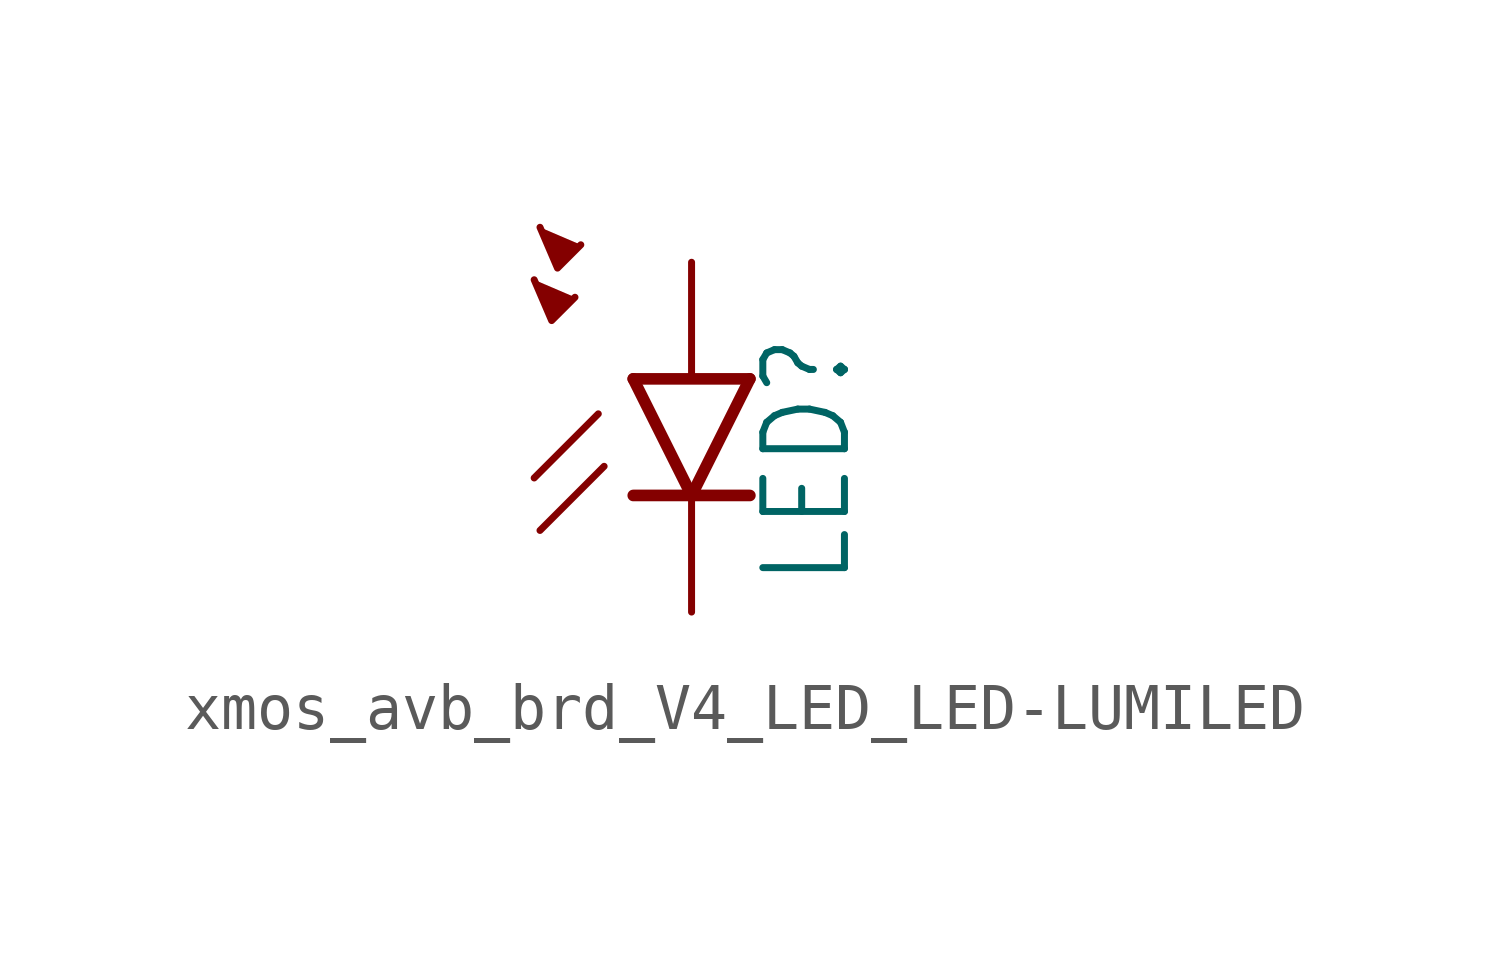
<source format=kicad_sym>
(kicad_symbol_lib
  (version 20241209)
  (generator "kicad_symbol_editor")
  (generator_version "9.0")
  (symbol "xmos_avb_brd_V4_LED_LED-LUMILED"
    (property "Reference" "LED"
      (at 3.556 -4.572 90)
      (effects (font (size 1.778 1.511)) (justify left bottom)))
    (property "Value" ""
      (at 5.715 -4.572 90)
      (effects (font (size 1.778 1.511)) (justify left bottom)))
    (property "ki_locked" ""
      (at 0 0 0)
      (effects (font (size 1.27 1.27))))
    (symbol "xmos_avb_brd_V4_LED_LED-LUMILED_1_0"
      (polyline (pts (xy -3.429 2.159) (xy -3.048 1.27) (xy -2.54 1.778)) (stroke (width 0.152) (type solid)) (fill (type outline)))
      (polyline (pts (xy -3.302 3.302) (xy -2.921 2.413) (xy -2.413 2.921)) (stroke (width 0.152) (type solid)) (fill (type outline)))
      (polyline (pts (xy -2.032 -0.762) (xy -3.429 -2.159)) (stroke (width 0.152) (type solid)) (fill (type none)))
      (polyline (pts (xy -1.905 -1.905) (xy -3.302 -3.302)) (stroke (width 0.152) (type solid)) (fill (type none)))
      (polyline (pts (xy 0 -2.54) (xy -1.27 0)) (stroke (width 0.254) (type solid)) (fill (type none)))
      (polyline (pts (xy 0 -2.54) (xy -1.27 -2.54)) (stroke (width 0.254) (type solid)) (fill (type none)))
      (polyline (pts (xy 1.27 0) (xy -1.27 0)) (stroke (width 0.254) (type solid)) (fill (type none)))
      (polyline (pts (xy 1.27 0) (xy 0 -2.54)) (stroke (width 0.254) (type solid)) (fill (type none)))
      (polyline (pts (xy 1.27 -2.54) (xy 0 -2.54)) (stroke (width 0.254) (type solid)) (fill (type none)))
      (pin passive line (at 0 2.54 270) (length 2.54) (name "A" (effects (font (size 0 0)))) (number "2+" (effects (font (size 0 0)))))
      (pin passive line (at 0 -5.08 90) (length 2.54) (name "C" (effects (font (size 0 0)))) (number "4-" (effects (font (size 0 0))))))))
</source>
